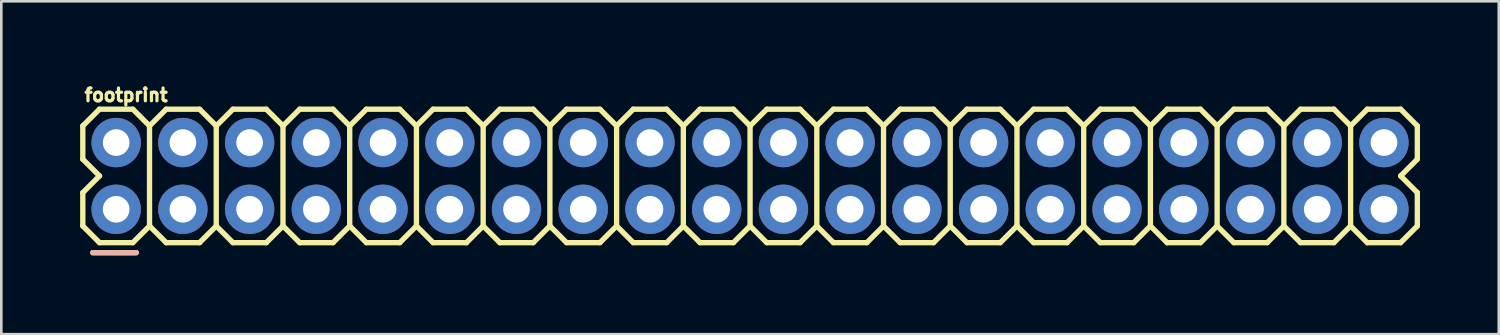
<source format=kicad_pcb>
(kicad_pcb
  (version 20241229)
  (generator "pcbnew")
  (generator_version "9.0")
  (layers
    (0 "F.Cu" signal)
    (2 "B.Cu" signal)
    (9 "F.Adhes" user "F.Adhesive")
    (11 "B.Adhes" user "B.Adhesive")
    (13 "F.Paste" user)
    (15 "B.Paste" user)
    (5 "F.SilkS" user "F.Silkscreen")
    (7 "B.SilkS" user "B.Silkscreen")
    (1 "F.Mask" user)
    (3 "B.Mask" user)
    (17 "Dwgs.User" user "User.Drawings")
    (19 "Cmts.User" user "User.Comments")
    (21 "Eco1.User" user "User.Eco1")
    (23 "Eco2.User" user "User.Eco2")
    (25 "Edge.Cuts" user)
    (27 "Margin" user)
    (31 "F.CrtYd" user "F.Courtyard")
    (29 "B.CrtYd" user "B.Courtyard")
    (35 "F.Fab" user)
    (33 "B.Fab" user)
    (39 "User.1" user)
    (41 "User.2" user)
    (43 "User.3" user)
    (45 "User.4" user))
  (footprint "footprint"
    (layer "F.Cu")
    (at 1.372 4.917)
    (property "Reference" "footprint" (at -1.27 -4.064 0) (layer "F.SilkS") (effects (font (size 0.488 0.488) (thickness 0.122)) (justify left bottom)))
    (fp_line (start -1.27 -3.175) (end -1.27 -1.905) (stroke (width 0.203) (type solid)) (layer "F.SilkS"))
    (fp_line (start -1.27 -3.175) (end -0.635 -3.81) (stroke (width 0.203) (type solid)) (layer "F.SilkS"))
    (fp_line (start -1.27 -1.905) (end -0.635 -1.27) (stroke (width 0.203) (type solid)) (layer "F.SilkS"))
    (fp_line (start -1.27 -0.635) (end -1.27 0.635) (stroke (width 0.203) (type solid)) (layer "F.SilkS"))
    (fp_line (start -1.27 0.635) (end -0.635 1.27) (stroke (width 0.203) (type solid)) (layer "F.SilkS"))
    (fp_line (start -0.889 1.651) (end 0.762 1.651) (stroke (width 0.203) (type solid)) (layer "F.SilkS"))
    (fp_line (start -0.635 -3.81) (end 0.635 -3.81) (stroke (width 0.203) (type solid)) (layer "F.SilkS"))
    (fp_line (start -0.635 -1.27) (end -1.27 -0.635) (stroke (width 0.203) (type solid)) (layer "F.SilkS"))
    (fp_line (start 0.635 -3.81) (end 1.27 -3.175) (stroke (width 0.203) (type solid)) (layer "F.SilkS"))
    (fp_line (start 0.635 1.27) (end -0.635 1.27) (stroke (width 0.203) (type solid)) (layer "F.SilkS"))
    (fp_line (start 1.27 -3.175) (end 1.27 0.635) (stroke (width 0.203) (type solid)) (layer "F.SilkS"))
    (fp_line (start 1.27 -3.175) (end 1.905 -3.81) (stroke (width 0.203) (type solid)) (layer "F.SilkS"))
    (fp_line (start 1.27 0.635) (end 0.635 1.27) (stroke (width 0.203) (type solid)) (layer "F.SilkS"))
    (fp_line (start 1.905 -3.81) (end 3.175 -3.81) (stroke (width 0.203) (type solid)) (layer "F.SilkS"))
    (fp_line (start 1.905 1.27) (end 1.27 0.635) (stroke (width 0.203) (type solid)) (layer "F.SilkS"))
    (fp_line (start 3.175 -3.81) (end 3.81 -3.175) (stroke (width 0.203) (type solid)) (layer "F.SilkS"))
    (fp_line (start 3.175 1.27) (end 1.905 1.27) (stroke (width 0.203) (type solid)) (layer "F.SilkS"))
    (fp_line (start 3.81 -3.175) (end 3.81 0.635) (stroke (width 0.203) (type solid)) (layer "F.SilkS"))
    (fp_line (start 3.81 -3.175) (end 4.445 -3.81) (stroke (width 0.203) (type solid)) (layer "F.SilkS"))
    (fp_line (start 3.81 0.635) (end 3.175 1.27) (stroke (width 0.203) (type solid)) (layer "F.SilkS"))
    (fp_line (start 4.445 -3.81) (end 5.715 -3.81) (stroke (width 0.203) (type solid)) (layer "F.SilkS"))
    (fp_line (start 4.445 1.27) (end 3.81 0.635) (stroke (width 0.203) (type solid)) (layer "F.SilkS"))
    (fp_line (start 5.715 -3.81) (end 6.35 -3.175) (stroke (width 0.203) (type solid)) (layer "F.SilkS"))
    (fp_line (start 5.715 1.27) (end 4.445 1.27) (stroke (width 0.203) (type solid)) (layer "F.SilkS"))
    (fp_line (start 6.35 -3.175) (end 6.35 0.635) (stroke (width 0.203) (type solid)) (layer "F.SilkS"))
    (fp_line (start 6.35 0.635) (end 5.715 1.27) (stroke (width 0.203) (type solid)) (layer "F.SilkS"))
    (fp_line (start 6.35 0.635) (end 6.985 1.27) (stroke (width 0.203) (type solid)) (layer "F.SilkS"))
    (fp_line (start 6.985 -3.81) (end 6.35 -3.175) (stroke (width 0.203) (type solid)) (layer "F.SilkS"))
    (fp_line (start 6.985 -3.81) (end 8.255 -3.81) (stroke (width 0.203) (type solid)) (layer "F.SilkS"))
    (fp_line (start 8.255 -3.81) (end 8.89 -3.175) (stroke (width 0.203) (type solid)) (layer "F.SilkS"))
    (fp_line (start 8.255 1.27) (end 6.985 1.27) (stroke (width 0.203) (type solid)) (layer "F.SilkS"))
    (fp_line (start 8.89 -3.175) (end 8.89 0.635) (stroke (width 0.203) (type solid)) (layer "F.SilkS"))
    (fp_line (start 8.89 -3.175) (end 9.525 -3.81) (stroke (width 0.203) (type solid)) (layer "F.SilkS"))
    (fp_line (start 8.89 0.635) (end 8.255 1.27) (stroke (width 0.203) (type solid)) (layer "F.SilkS"))
    (fp_line (start 9.525 -3.81) (end 10.795 -3.81) (stroke (width 0.203) (type solid)) (layer "F.SilkS"))
    (fp_line (start 9.525 1.27) (end 8.89 0.635) (stroke (width 0.203) (type solid)) (layer "F.SilkS"))
    (fp_line (start 10.795 -3.81) (end 11.43 -3.175) (stroke (width 0.203) (type solid)) (layer "F.SilkS"))
    (fp_line (start 10.795 1.27) (end 9.525 1.27) (stroke (width 0.203) (type solid)) (layer "F.SilkS"))
    (fp_line (start 11.43 -3.175) (end 11.43 0.635) (stroke (width 0.203) (type solid)) (layer "F.SilkS"))
    (fp_line (start 11.43 -3.175) (end 12.065 -3.81) (stroke (width 0.203) (type solid)) (layer "F.SilkS"))
    (fp_line (start 11.43 0.635) (end 10.795 1.27) (stroke (width 0.203) (type solid)) (layer "F.SilkS"))
    (fp_line (start 12.065 -3.81) (end 13.335 -3.81) (stroke (width 0.203) (type solid)) (layer "F.SilkS"))
    (fp_line (start 12.065 1.27) (end 11.43 0.635) (stroke (width 0.203) (type solid)) (layer "F.SilkS"))
    (fp_line (start 13.335 -3.81) (end 13.97 -3.175) (stroke (width 0.203) (type solid)) (layer "F.SilkS"))
    (fp_line (start 13.335 1.27) (end 12.065 1.27) (stroke (width 0.203) (type solid)) (layer "F.SilkS"))
    (fp_line (start 13.97 -3.175) (end 13.97 0.635) (stroke (width 0.203) (type solid)) (layer "F.SilkS"))
    (fp_line (start 13.97 0.635) (end 13.335 1.27) (stroke (width 0.203) (type solid)) (layer "F.SilkS"))
    (fp_line (start 13.97 0.635) (end 14.605 1.27) (stroke (width 0.203) (type solid)) (layer "F.SilkS"))
    (fp_line (start 14.605 -3.81) (end 13.97 -3.175) (stroke (width 0.203) (type solid)) (layer "F.SilkS"))
    (fp_line (start 14.605 -3.81) (end 15.875 -3.81) (stroke (width 0.203) (type solid)) (layer "F.SilkS"))
    (fp_line (start 15.875 -3.81) (end 16.51 -3.175) (stroke (width 0.203) (type solid)) (layer "F.SilkS"))
    (fp_line (start 15.875 1.27) (end 14.605 1.27) (stroke (width 0.203) (type solid)) (layer "F.SilkS"))
    (fp_line (start 16.51 -3.175) (end 16.51 0.635) (stroke (width 0.203) (type solid)) (layer "F.SilkS"))
    (fp_line (start 16.51 0.635) (end 15.875 1.27) (stroke (width 0.203) (type solid)) (layer "F.SilkS"))
    (fp_line (start 16.51 0.635) (end 17.145 1.27) (stroke (width 0.203) (type solid)) (layer "F.SilkS"))
    (fp_line (start 17.145 -3.81) (end 16.51 -3.175) (stroke (width 0.203) (type solid)) (layer "F.SilkS"))
    (fp_line (start 17.145 -3.81) (end 18.415 -3.81) (stroke (width 0.203) (type solid)) (layer "F.SilkS"))
    (fp_line (start 18.415 -3.81) (end 19.05 -3.175) (stroke (width 0.203) (type solid)) (layer "F.SilkS"))
    (fp_line (start 18.415 1.27) (end 17.145 1.27) (stroke (width 0.203) (type solid)) (layer "F.SilkS"))
    (fp_line (start 19.05 -3.175) (end 19.05 0.635) (stroke (width 0.203) (type solid)) (layer "F.SilkS"))
    (fp_line (start 19.05 -3.175) (end 19.685 -3.81) (stroke (width 0.203) (type solid)) (layer "F.SilkS"))
    (fp_line (start 19.05 0.635) (end 18.415 1.27) (stroke (width 0.203) (type solid)) (layer "F.SilkS"))
    (fp_line (start 19.685 -3.81) (end 20.955 -3.81) (stroke (width 0.203) (type solid)) (layer "F.SilkS"))
    (fp_line (start 19.685 1.27) (end 19.05 0.635) (stroke (width 0.203) (type solid)) (layer "F.SilkS"))
    (fp_line (start 20.955 -3.81) (end 21.59 -3.175) (stroke (width 0.203) (type solid)) (layer "F.SilkS"))
    (fp_line (start 20.955 1.27) (end 19.685 1.27) (stroke (width 0.203) (type solid)) (layer "F.SilkS"))
    (fp_line (start 21.59 -3.175) (end 21.59 0.635) (stroke (width 0.203) (type solid)) (layer "F.SilkS"))
    (fp_line (start 21.59 -3.175) (end 22.225 -3.81) (stroke (width 0.203) (type solid)) (layer "F.SilkS"))
    (fp_line (start 21.59 0.635) (end 20.955 1.27) (stroke (width 0.203) (type solid)) (layer "F.SilkS"))
    (fp_line (start 22.225 -3.81) (end 23.495 -3.81) (stroke (width 0.203) (type solid)) (layer "F.SilkS"))
    (fp_line (start 22.225 1.27) (end 21.59 0.635) (stroke (width 0.203) (type solid)) (layer "F.SilkS"))
    (fp_line (start 23.495 -3.81) (end 24.13 -3.175) (stroke (width 0.203) (type solid)) (layer "F.SilkS"))
    (fp_line (start 23.495 1.27) (end 22.225 1.27) (stroke (width 0.203) (type solid)) (layer "F.SilkS"))
    (fp_line (start 24.13 -3.175) (end 24.13 0.635) (stroke (width 0.203) (type solid)) (layer "F.SilkS"))
    (fp_line (start 24.13 0.635) (end 23.495 1.27) (stroke (width 0.203) (type solid)) (layer "F.SilkS"))
    (fp_line (start 24.13 0.635) (end 24.765 1.27) (stroke (width 0.203) (type solid)) (layer "F.SilkS"))
    (fp_line (start 24.765 -3.81) (end 24.13 -3.175) (stroke (width 0.203) (type solid)) (layer "F.SilkS"))
    (fp_line (start 24.765 -3.81) (end 26.035 -3.81) (stroke (width 0.203) (type solid)) (layer "F.SilkS"))
    (fp_line (start 26.035 -3.81) (end 26.67 -3.175) (stroke (width 0.203) (type solid)) (layer "F.SilkS"))
    (fp_line (start 26.035 1.27) (end 24.765 1.27) (stroke (width 0.203) (type solid)) (layer "F.SilkS"))
    (fp_line (start 26.67 -3.175) (end 26.67 0.635) (stroke (width 0.203) (type solid)) (layer "F.SilkS"))
    (fp_line (start 26.67 -3.175) (end 27.305 -3.81) (stroke (width 0.203) (type solid)) (layer "F.SilkS"))
    (fp_line (start 26.67 0.635) (end 26.035 1.27) (stroke (width 0.203) (type solid)) (layer "F.SilkS"))
    (fp_line (start 27.305 -3.81) (end 28.575 -3.81) (stroke (width 0.203) (type solid)) (layer "F.SilkS"))
    (fp_line (start 27.305 1.27) (end 26.67 0.635) (stroke (width 0.203) (type solid)) (layer "F.SilkS"))
    (fp_line (start 28.575 -3.81) (end 29.21 -3.175) (stroke (width 0.203) (type solid)) (layer "F.SilkS"))
    (fp_line (start 28.575 1.27) (end 27.305 1.27) (stroke (width 0.203) (type solid)) (layer "F.SilkS"))
    (fp_line (start 29.21 -3.175) (end 29.21 0.635) (stroke (width 0.203) (type solid)) (layer "F.SilkS"))
    (fp_line (start 29.21 -3.175) (end 29.845 -3.81) (stroke (width 0.203) (type solid)) (layer "F.SilkS"))
    (fp_line (start 29.21 0.635) (end 28.575 1.27) (stroke (width 0.203) (type solid)) (layer "F.SilkS"))
    (fp_line (start 29.845 -3.81) (end 31.115 -3.81) (stroke (width 0.203) (type solid)) (layer "F.SilkS"))
    (fp_line (start 29.845 1.27) (end 29.21 0.635) (stroke (width 0.203) (type solid)) (layer "F.SilkS"))
    (fp_line (start 31.115 -3.81) (end 31.75 -3.175) (stroke (width 0.203) (type solid)) (layer "F.SilkS"))
    (fp_line (start 31.115 1.27) (end 29.845 1.27) (stroke (width 0.203) (type solid)) (layer "F.SilkS"))
    (fp_line (start 31.75 -3.175) (end 31.75 0.635) (stroke (width 0.203) (type solid)) (layer "F.SilkS"))
    (fp_line (start 31.75 0.635) (end 31.115 1.27) (stroke (width 0.203) (type solid)) (layer "F.SilkS"))
    (fp_line (start 32.385 -3.81) (end 31.75 -3.175) (stroke (width 0.203) (type solid)) (layer "F.SilkS"))
    (fp_line (start 32.385 -3.81) (end 33.655 -3.81) (stroke (width 0.203) (type solid)) (layer "F.SilkS"))
    (fp_line (start 32.385 1.27) (end 31.75 0.635) (stroke (width 0.203) (type solid)) (layer "F.SilkS"))
    (fp_line (start 33.655 -3.81) (end 34.29 -3.175) (stroke (width 0.203) (type solid)) (layer "F.SilkS"))
    (fp_line (start 33.655 1.27) (end 32.385 1.27) (stroke (width 0.203) (type solid)) (layer "F.SilkS"))
    (fp_line (start 34.29 -3.175) (end 34.29 0.635) (stroke (width 0.203) (type solid)) (layer "F.SilkS"))
    (fp_line (start 34.29 0.635) (end 33.655 1.27) (stroke (width 0.203) (type solid)) (layer "F.SilkS"))
    (fp_line (start 34.925 -3.81) (end 34.29 -3.175) (stroke (width 0.203) (type solid)) (layer "F.SilkS"))
    (fp_line (start 34.925 -3.81) (end 36.195 -3.81) (stroke (width 0.203) (type solid)) (layer "F.SilkS"))
    (fp_line (start 34.925 1.27) (end 34.29 0.635) (stroke (width 0.203) (type solid)) (layer "F.SilkS"))
    (fp_line (start 36.195 -3.81) (end 36.83 -3.175) (stroke (width 0.203) (type solid)) (layer "F.SilkS"))
    (fp_line (start 36.195 1.27) (end 34.925 1.27) (stroke (width 0.203) (type solid)) (layer "F.SilkS"))
    (fp_line (start 36.83 -3.175) (end 36.83 0.635) (stroke (width 0.203) (type solid)) (layer "F.SilkS"))
    (fp_line (start 36.83 -3.175) (end 37.465 -3.81) (stroke (width 0.203) (type solid)) (layer "F.SilkS"))
    (fp_line (start 36.83 0.635) (end 36.195 1.27) (stroke (width 0.203) (type solid)) (layer "F.SilkS"))
    (fp_line (start 37.465 -3.81) (end 38.735 -3.81) (stroke (width 0.203) (type solid)) (layer "F.SilkS"))
    (fp_line (start 37.465 1.27) (end 36.83 0.635) (stroke (width 0.203) (type solid)) (layer "F.SilkS"))
    (fp_line (start 38.735 -3.81) (end 39.37 -3.175) (stroke (width 0.203) (type solid)) (layer "F.SilkS"))
    (fp_line (start 38.735 1.27) (end 37.465 1.27) (stroke (width 0.203) (type solid)) (layer "F.SilkS"))
    (fp_line (start 38.735 1.27) (end 39.37 0.635) (stroke (width 0.203) (type solid)) (layer "F.SilkS"))
    (fp_line (start 39.37 -3.175) (end 39.37 0.635) (stroke (width 0.203) (type solid)) (layer "F.SilkS"))
    (fp_line (start 39.37 -3.175) (end 40.005 -3.81) (stroke (width 0.203) (type solid)) (layer "F.SilkS"))
    (fp_line (start 40.005 -3.81) (end 41.275 -3.81) (stroke (width 0.203) (type solid)) (layer "F.SilkS"))
    (fp_line (start 40.005 1.27) (end 39.37 0.635) (stroke (width 0.203) (type solid)) (layer "F.SilkS"))
    (fp_line (start 41.275 -3.81) (end 41.91 -3.175) (stroke (width 0.203) (type solid)) (layer "F.SilkS"))
    (fp_line (start 41.275 1.27) (end 40.005 1.27) (stroke (width 0.203) (type solid)) (layer "F.SilkS"))
    (fp_line (start 41.91 -3.175) (end 41.91 0.635) (stroke (width 0.203) (type solid)) (layer "F.SilkS"))
    (fp_line (start 41.91 0.635) (end 41.275 1.27) (stroke (width 0.203) (type solid)) (layer "F.SilkS"))
    (fp_line (start 42.545 -3.81) (end 41.91 -3.175) (stroke (width 0.203) (type solid)) (layer "F.SilkS"))
    (fp_line (start 42.545 -3.81) (end 43.815 -3.81) (stroke (width 0.203) (type solid)) (layer "F.SilkS"))
    (fp_line (start 42.545 1.27) (end 41.91 0.635) (stroke (width 0.203) (type solid)) (layer "F.SilkS"))
    (fp_line (start 43.815 -3.81) (end 44.45 -3.175) (stroke (width 0.203) (type solid)) (layer "F.SilkS"))
    (fp_line (start 43.815 1.27) (end 42.545 1.27) (stroke (width 0.203) (type solid)) (layer "F.SilkS"))
    (fp_line (start 44.45 -3.175) (end 44.45 0.635) (stroke (width 0.203) (type solid)) (layer "F.SilkS"))
    (fp_line (start 44.45 -3.175) (end 45.085 -3.81) (stroke (width 0.203) (type solid)) (layer "F.SilkS"))
    (fp_line (start 44.45 0.635) (end 43.815 1.27) (stroke (width 0.203) (type solid)) (layer "F.SilkS"))
    (fp_line (start 45.085 -3.81) (end 46.355 -3.81) (stroke (width 0.203) (type solid)) (layer "F.SilkS"))
    (fp_line (start 45.085 1.27) (end 44.45 0.635) (stroke (width 0.203) (type solid)) (layer "F.SilkS"))
    (fp_line (start 46.355 -3.81) (end 46.99 -3.175) (stroke (width 0.203) (type solid)) (layer "F.SilkS"))
    (fp_line (start 46.355 1.27) (end 45.085 1.27) (stroke (width 0.203) (type solid)) (layer "F.SilkS"))
    (fp_line (start 46.355 1.27) (end 46.99 0.635) (stroke (width 0.203) (type solid)) (layer "F.SilkS"))
    (fp_line (start 46.99 -3.175) (end 46.99 0.635) (stroke (width 0.203) (type solid)) (layer "F.SilkS"))
    (fp_line (start 46.99 -3.175) (end 47.625 -3.81) (stroke (width 0.203) (type solid)) (layer "F.SilkS"))
    (fp_line (start 47.625 -3.81) (end 48.895 -3.81) (stroke (width 0.203) (type solid)) (layer "F.SilkS"))
    (fp_line (start 47.625 1.27) (end 46.99 0.635) (stroke (width 0.203) (type solid)) (layer "F.SilkS"))
    (fp_line (start 48.895 -3.81) (end 49.53 -3.175) (stroke (width 0.203) (type solid)) (layer "F.SilkS"))
    (fp_line (start 48.895 -1.27) (end 49.53 -0.635) (stroke (width 0.203) (type solid)) (layer "F.SilkS"))
    (fp_line (start 48.895 1.27) (end 47.625 1.27) (stroke (width 0.203) (type solid)) (layer "F.SilkS"))
    (fp_line (start 48.895 1.27) (end 49.53 0.635) (stroke (width 0.203) (type solid)) (layer "F.SilkS"))
    (fp_line (start 49.53 -1.905) (end 48.895 -1.27) (stroke (width 0.203) (type solid)) (layer "F.SilkS"))
    (fp_line (start 49.53 -1.905) (end 49.53 -3.175) (stroke (width 0.203) (type solid)) (layer "F.SilkS"))
    (fp_line (start 49.53 0.635) (end 49.53 -0.635) (stroke (width 0.203) (type solid)) (layer "F.SilkS"))
    (fp_line (start -0.889 1.651) (end 0.762 1.651) (stroke (width 0.203) (type solid)) (layer "B.SilkS"))
    (fp_poly (pts (xy -0.254 0.254) (xy 0.254 0.254) (xy 0.254 -0.254) (xy -0.254 -0.254)) (stroke (width 0.1) (type solid)) (fill no) (layer "F.Fab"))
    (fp_poly (pts (xy 0.254 -2.794) (xy -0.254 -2.794) (xy -0.254 -2.286) (xy 0.254 -2.286)) (stroke (width 0.1) (type solid)) (fill no) (layer "F.Fab"))
    (fp_poly (pts (xy 2.286 0.254) (xy 2.794 0.254) (xy 2.794 -0.254) (xy 2.286 -0.254)) (stroke (width 0.1) (type solid)) (fill no) (layer "F.Fab"))
    (fp_poly (pts (xy 2.794 -2.794) (xy 2.286 -2.794) (xy 2.286 -2.286) (xy 2.794 -2.286)) (stroke (width 0.1) (type solid)) (fill no) (layer "F.Fab"))
    (fp_poly (pts (xy 4.826 0.254) (xy 5.334 0.254) (xy 5.334 -0.254) (xy 4.826 -0.254)) (stroke (width 0.1) (type solid)) (fill no) (layer "F.Fab"))
    (fp_poly (pts (xy 5.334 -2.794) (xy 4.826 -2.794) (xy 4.826 -2.286) (xy 5.334 -2.286)) (stroke (width 0.1) (type solid)) (fill no) (layer "F.Fab"))
    (fp_poly (pts (xy 7.366 0.254) (xy 7.874 0.254) (xy 7.874 -0.254) (xy 7.366 -0.254)) (stroke (width 0.1) (type solid)) (fill no) (layer "F.Fab"))
    (fp_poly (pts (xy 7.874 -2.794) (xy 7.366 -2.794) (xy 7.366 -2.286) (xy 7.874 -2.286)) (stroke (width 0.1) (type solid)) (fill no) (layer "F.Fab"))
    (fp_poly (pts (xy 9.906 0.254) (xy 10.414 0.254) (xy 10.414 -0.254) (xy 9.906 -0.254)) (stroke (width 0.1) (type solid)) (fill no) (layer "F.Fab"))
    (fp_poly (pts (xy 10.414 -2.794) (xy 9.906 -2.794) (xy 9.906 -2.286) (xy 10.414 -2.286)) (stroke (width 0.1) (type solid)) (fill no) (layer "F.Fab"))
    (fp_poly (pts (xy 12.446 0.254) (xy 12.954 0.254) (xy 12.954 -0.254) (xy 12.446 -0.254)) (stroke (width 0.1) (type solid)) (fill no) (layer "F.Fab"))
    (fp_poly (pts (xy 12.954 -2.794) (xy 12.446 -2.794) (xy 12.446 -2.286) (xy 12.954 -2.286)) (stroke (width 0.1) (type solid)) (fill no) (layer "F.Fab"))
    (fp_poly (pts (xy 14.986 0.254) (xy 15.494 0.254) (xy 15.494 -0.254) (xy 14.986 -0.254)) (stroke (width 0.1) (type solid)) (fill no) (layer "F.Fab"))
    (fp_poly (pts (xy 15.494 -2.794) (xy 14.986 -2.794) (xy 14.986 -2.286) (xy 15.494 -2.286)) (stroke (width 0.1) (type solid)) (fill no) (layer "F.Fab"))
    (fp_poly (pts (xy 17.526 0.254) (xy 18.034 0.254) (xy 18.034 -0.254) (xy 17.526 -0.254)) (stroke (width 0.1) (type solid)) (fill no) (layer "F.Fab"))
    (fp_poly (pts (xy 18.034 -2.794) (xy 17.526 -2.794) (xy 17.526 -2.286) (xy 18.034 -2.286)) (stroke (width 0.1) (type solid)) (fill no) (layer "F.Fab"))
    (fp_poly (pts (xy 20.066 0.254) (xy 20.574 0.254) (xy 20.574 -0.254) (xy 20.066 -0.254)) (stroke (width 0.1) (type solid)) (fill no) (layer "F.Fab"))
    (fp_poly (pts (xy 20.574 -2.794) (xy 20.066 -2.794) (xy 20.066 -2.286) (xy 20.574 -2.286)) (stroke (width 0.1) (type solid)) (fill no) (layer "F.Fab"))
    (fp_poly (pts (xy 22.606 0.254) (xy 23.114 0.254) (xy 23.114 -0.254) (xy 22.606 -0.254)) (stroke (width 0.1) (type solid)) (fill no) (layer "F.Fab"))
    (fp_poly (pts (xy 23.114 -2.794) (xy 22.606 -2.794) (xy 22.606 -2.286) (xy 23.114 -2.286)) (stroke (width 0.1) (type solid)) (fill no) (layer "F.Fab"))
    (fp_poly (pts (xy 25.146 0.254) (xy 25.654 0.254) (xy 25.654 -0.254) (xy 25.146 -0.254)) (stroke (width 0.1) (type solid)) (fill no) (layer "F.Fab"))
    (fp_poly (pts (xy 25.654 -2.794) (xy 25.146 -2.794) (xy 25.146 -2.286) (xy 25.654 -2.286)) (stroke (width 0.1) (type solid)) (fill no) (layer "F.Fab"))
    (fp_poly (pts (xy 27.686 0.254) (xy 28.194 0.254) (xy 28.194 -0.254) (xy 27.686 -0.254)) (stroke (width 0.1) (type solid)) (fill no) (layer "F.Fab"))
    (fp_poly (pts (xy 28.194 -2.794) (xy 27.686 -2.794) (xy 27.686 -2.286) (xy 28.194 -2.286)) (stroke (width 0.1) (type solid)) (fill no) (layer "F.Fab"))
    (fp_poly (pts (xy 30.226 0.254) (xy 30.734 0.254) (xy 30.734 -0.254) (xy 30.226 -0.254)) (stroke (width 0.1) (type solid)) (fill no) (layer "F.Fab"))
    (fp_poly (pts (xy 30.734 -2.794) (xy 30.226 -2.794) (xy 30.226 -2.286) (xy 30.734 -2.286)) (stroke (width 0.1) (type solid)) (fill no) (layer "F.Fab"))
    (fp_poly (pts (xy 33.274 -2.794) (xy 32.766 -2.794) (xy 32.766 -2.286) (xy 33.274 -2.286)) (stroke (width 0.1) (type solid)) (fill no) (layer "F.Fab"))
    (fp_poly (pts (xy 33.274 -0.254) (xy 32.766 -0.254) (xy 32.766 0.254) (xy 33.274 0.254)) (stroke (width 0.1) (type solid)) (fill no) (layer "F.Fab"))
    (fp_poly (pts (xy 35.814 -2.794) (xy 35.306 -2.794) (xy 35.306 -2.286) (xy 35.814 -2.286)) (stroke (width 0.1) (type solid)) (fill no) (layer "F.Fab"))
    (fp_poly (pts (xy 35.814 -0.254) (xy 35.306 -0.254) (xy 35.306 0.254) (xy 35.814 0.254)) (stroke (width 0.1) (type solid)) (fill no) (layer "F.Fab"))
    (fp_poly (pts (xy 38.354 -2.794) (xy 37.846 -2.794) (xy 37.846 -2.286) (xy 38.354 -2.286)) (stroke (width 0.1) (type solid)) (fill no) (layer "F.Fab"))
    (fp_poly (pts (xy 38.354 -0.254) (xy 37.846 -0.254) (xy 37.846 0.254) (xy 38.354 0.254)) (stroke (width 0.1) (type solid)) (fill no) (layer "F.Fab"))
    (fp_poly (pts (xy 40.894 -2.794) (xy 40.386 -2.794) (xy 40.386 -2.286) (xy 40.894 -2.286)) (stroke (width 0.1) (type solid)) (fill no) (layer "F.Fab"))
    (fp_poly (pts (xy 40.894 -0.254) (xy 40.386 -0.254) (xy 40.386 0.254) (xy 40.894 0.254)) (stroke (width 0.1) (type solid)) (fill no) (layer "F.Fab"))
    (fp_poly (pts (xy 43.434 -2.794) (xy 42.926 -2.794) (xy 42.926 -2.286) (xy 43.434 -2.286)) (stroke (width 0.1) (type solid)) (fill no) (layer "F.Fab"))
    (fp_poly (pts (xy 43.434 -0.254) (xy 42.926 -0.254) (xy 42.926 0.254) (xy 43.434 0.254)) (stroke (width 0.1) (type solid)) (fill no) (layer "F.Fab"))
    (fp_poly (pts (xy 45.974 -2.794) (xy 45.466 -2.794) (xy 45.466 -2.286) (xy 45.974 -2.286)) (stroke (width 0.1) (type solid)) (fill no) (layer "F.Fab"))
    (fp_poly (pts (xy 45.974 -0.254) (xy 45.466 -0.254) (xy 45.466 0.254) (xy 45.974 0.254)) (stroke (width 0.1) (type solid)) (fill no) (layer "F.Fab"))
    (fp_poly (pts (xy 48.514 -2.794) (xy 48.006 -2.794) (xy 48.006 -2.286) (xy 48.514 -2.286)) (stroke (width 0.1) (type solid)) (fill no) (layer "F.Fab"))
    (fp_poly (pts (xy 48.514 -0.254) (xy 48.006 -0.254) (xy 48.006 0.254) (xy 48.514 0.254)) (stroke (width 0.1) (type solid)) (fill no) (layer "F.Fab"))
    (pad "1" thru_hole circle (at 0 0 90) (size 1.88 1.88) (drill 1.016) (layers "*.Cu" "*.Mask"))
    (pad "2" thru_hole circle (at 0 -2.54 270) (size 1.88 1.88) (drill 1.016) (layers "*.Cu" "*.Mask"))
    (pad "3" thru_hole circle (at 2.54 0 90) (size 1.88 1.88) (drill 1.016) (layers "*.Cu" "*.Mask"))
    (pad "4" thru_hole circle (at 2.54 -2.54 270) (size 1.88 1.88) (drill 1.016) (layers "*.Cu" "*.Mask"))
    (pad "5" thru_hole circle (at 5.08 0 90) (size 1.88 1.88) (drill 1.016) (layers "*.Cu" "*.Mask"))
    (pad "6" thru_hole circle (at 5.08 -2.54 270) (size 1.88 1.88) (drill 1.016) (layers "*.Cu" "*.Mask"))
    (pad "7" thru_hole circle (at 7.62 0 90) (size 1.88 1.88) (drill 1.016) (layers "*.Cu" "*.Mask"))
    (pad "8" thru_hole circle (at 7.62 -2.54 270) (size 1.88 1.88) (drill 1.016) (layers "*.Cu" "*.Mask"))
    (pad "9" thru_hole circle (at 10.16 0 90) (size 1.88 1.88) (drill 1.016) (layers "*.Cu" "*.Mask"))
    (pad "10" thru_hole circle (at 10.16 -2.54 270) (size 1.88 1.88) (drill 1.016) (layers "*.Cu" "*.Mask"))
    (pad "11" thru_hole circle (at 12.7 0 90) (size 1.88 1.88) (drill 1.016) (layers "*.Cu" "*.Mask"))
    (pad "12" thru_hole circle (at 12.7 -2.54 270) (size 1.88 1.88) (drill 1.016) (layers "*.Cu" "*.Mask"))
    (pad "13" thru_hole circle (at 15.24 0 90) (size 1.88 1.88) (drill 1.016) (layers "*.Cu" "*.Mask"))
    (pad "14" thru_hole circle (at 15.24 -2.54 270) (size 1.88 1.88) (drill 1.016) (layers "*.Cu" "*.Mask"))
    (pad "15" thru_hole circle (at 17.78 0 90) (size 1.88 1.88) (drill 1.016) (layers "*.Cu" "*.Mask"))
    (pad "16" thru_hole circle (at 17.78 -2.54 270) (size 1.88 1.88) (drill 1.016) (layers "*.Cu" "*.Mask"))
    (pad "17" thru_hole circle (at 20.32 0 90) (size 1.88 1.88) (drill 1.016) (layers "*.Cu" "*.Mask"))
    (pad "18" thru_hole circle (at 20.32 -2.54 270) (size 1.88 1.88) (drill 1.016) (layers "*.Cu" "*.Mask"))
    (pad "19" thru_hole circle (at 22.86 0 90) (size 1.88 1.88) (drill 1.016) (layers "*.Cu" "*.Mask"))
    (pad "20" thru_hole circle (at 22.86 -2.54 270) (size 1.88 1.88) (drill 1.016) (layers "*.Cu" "*.Mask"))
    (pad "21" thru_hole circle (at 25.4 0 90) (size 1.88 1.88) (drill 1.016) (layers "*.Cu" "*.Mask"))
    (pad "22" thru_hole circle (at 25.4 -2.54 270) (size 1.88 1.88) (drill 1.016) (layers "*.Cu" "*.Mask"))
    (pad "23" thru_hole circle (at 27.94 0 90) (size 1.88 1.88) (drill 1.016) (layers "*.Cu" "*.Mask"))
    (pad "24" thru_hole circle (at 27.94 -2.54 270) (size 1.88 1.88) (drill 1.016) (layers "*.Cu" "*.Mask"))
    (pad "25" thru_hole circle (at 30.48 0 90) (size 1.88 1.88) (drill 1.016) (layers "*.Cu" "*.Mask"))
    (pad "26" thru_hole circle (at 30.48 -2.54 270) (size 1.88 1.88) (drill 1.016) (layers "*.Cu" "*.Mask"))
    (pad "27" thru_hole circle (at 33.02 0 270) (size 1.88 1.88) (drill 1.016) (layers "*.Cu" "*.Mask"))
    (pad "28" thru_hole circle (at 33.02 -2.54 270) (size 1.88 1.88) (drill 1.016) (layers "*.Cu" "*.Mask"))
    (pad "29" thru_hole circle (at 35.56 0 270) (size 1.88 1.88) (drill 1.016) (layers "*.Cu" "*.Mask"))
    (pad "30" thru_hole circle (at 35.56 -2.54 270) (size 1.88 1.88) (drill 1.016) (layers "*.Cu" "*.Mask"))
    (pad "31" thru_hole circle (at 38.1 0 270) (size 1.88 1.88) (drill 1.016) (layers "*.Cu" "*.Mask"))
    (pad "32" thru_hole circle (at 38.1 -2.54 270) (size 1.88 1.88) (drill 1.016) (layers "*.Cu" "*.Mask"))
    (pad "33" thru_hole circle (at 40.64 0 270) (size 1.88 1.88) (drill 1.016) (layers "*.Cu" "*.Mask"))
    (pad "34" thru_hole circle (at 40.64 -2.54 270) (size 1.88 1.88) (drill 1.016) (layers "*.Cu" "*.Mask"))
    (pad "35" thru_hole circle (at 43.18 0 270) (size 1.88 1.88) (drill 1.016) (layers "*.Cu" "*.Mask"))
    (pad "36" thru_hole circle (at 43.18 -2.54 270) (size 1.88 1.88) (drill 1.016) (layers "*.Cu" "*.Mask"))
    (pad "37" thru_hole circle (at 45.72 0 270) (size 1.88 1.88) (drill 1.016) (layers "*.Cu" "*.Mask"))
    (pad "38" thru_hole circle (at 45.72 -2.54 270) (size 1.88 1.88) (drill 1.016) (layers "*.Cu" "*.Mask"))
    (pad "39" thru_hole circle (at 48.26 0 270) (size 1.88 1.88) (drill 1.016) (layers "*.Cu" "*.Mask"))
    (pad "40" thru_hole circle (at 48.26 -2.54 270) (size 1.88 1.88) (drill 1.016) (layers "*.Cu" "*.Mask")))
  (gr_rect
    (start -3 -3)
    (end 54.003 9.67)
    (stroke (width 0.1) (type default))
    (fill no)
    (layer "Edge.Cuts")))
</source>
